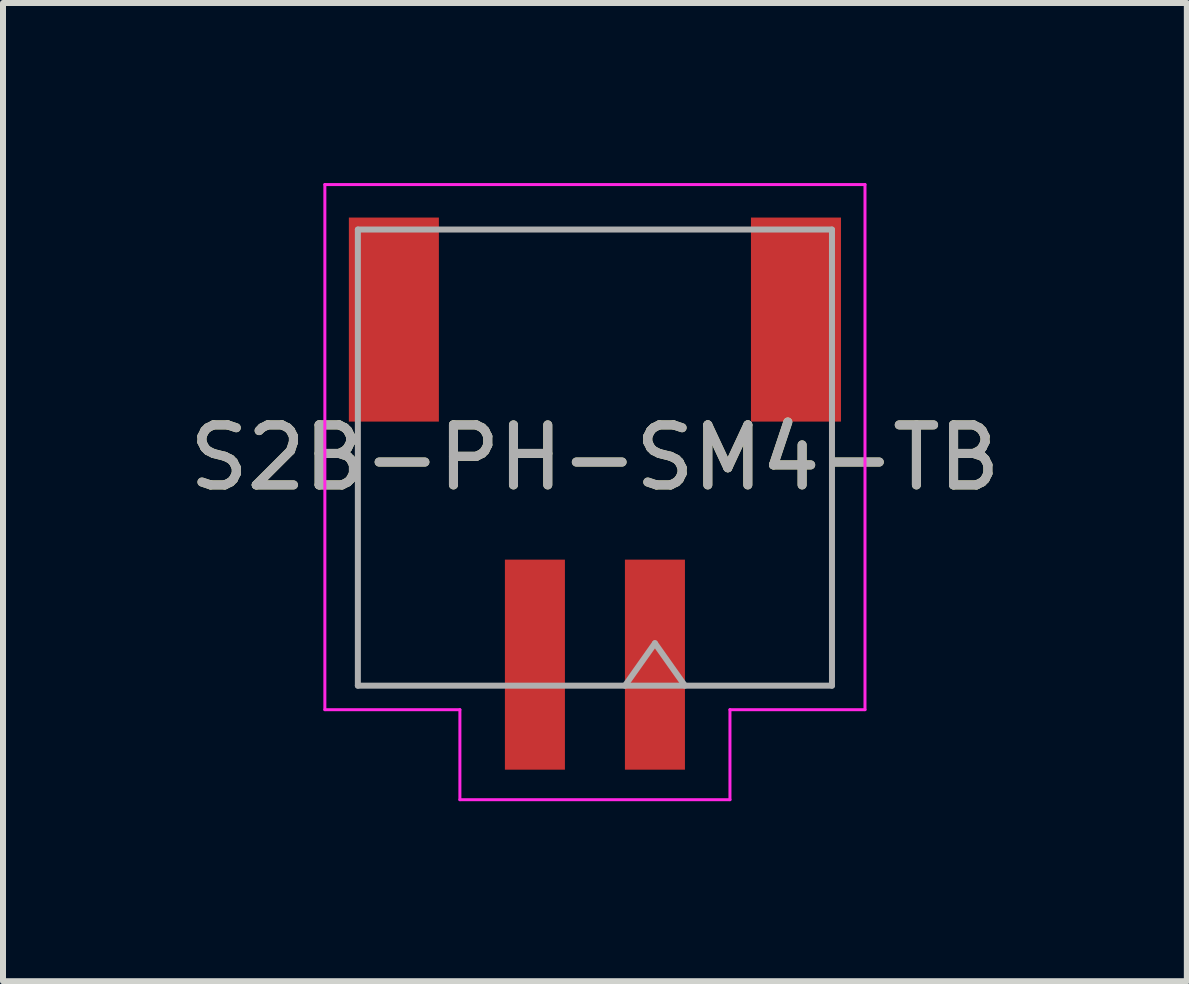
<source format=kicad_pcb>
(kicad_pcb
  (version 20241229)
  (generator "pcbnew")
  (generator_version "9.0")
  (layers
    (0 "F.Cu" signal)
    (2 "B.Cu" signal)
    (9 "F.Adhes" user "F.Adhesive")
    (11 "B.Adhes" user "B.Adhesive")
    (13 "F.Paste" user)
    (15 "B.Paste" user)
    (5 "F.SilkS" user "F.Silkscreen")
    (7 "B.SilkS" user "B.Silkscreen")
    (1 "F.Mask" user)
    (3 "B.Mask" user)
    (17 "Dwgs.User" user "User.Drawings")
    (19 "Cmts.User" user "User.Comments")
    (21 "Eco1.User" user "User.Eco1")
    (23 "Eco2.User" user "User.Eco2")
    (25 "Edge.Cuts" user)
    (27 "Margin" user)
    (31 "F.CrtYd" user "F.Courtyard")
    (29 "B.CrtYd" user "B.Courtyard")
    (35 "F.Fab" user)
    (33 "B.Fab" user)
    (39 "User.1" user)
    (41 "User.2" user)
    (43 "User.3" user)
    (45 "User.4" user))
  (footprint "S2B-PH-SM4-TB"
    (layer "F.Cu")
    (at 6.863 4.575)
    (property "Reference" "S2B-PH-SM4-TB" (at 0 0 0) (layer "F.SilkS") (effects (font (size 1 1) (thickness 0.15))))
    (attr smd)
    (fp_line (start -4.5 -4.55) (end 4.5 -4.55) (stroke (width 0.05) (type solid)) (layer "F.CrtYd"))
    (fp_line (start -4.5 4.2) (end -4.5 -4.55) (stroke (width 0.05) (type solid)) (layer "F.CrtYd"))
    (fp_line (start -2.25 4.2) (end -4.5 4.2) (stroke (width 0.05) (type solid)) (layer "F.CrtYd"))
    (fp_line (start -2.25 5.7) (end -2.25 4.2) (stroke (width 0.05) (type solid)) (layer "F.CrtYd"))
    (fp_line (start 2.25 4.2) (end 2.25 5.7) (stroke (width 0.05) (type solid)) (layer "F.CrtYd"))
    (fp_line (start 2.25 5.7) (end -2.25 5.7) (stroke (width 0.05) (type solid)) (layer "F.CrtYd"))
    (fp_line (start 4.5 -4.55) (end 4.5 4.2) (stroke (width 0.05) (type solid)) (layer "F.CrtYd"))
    (fp_line (start 4.5 4.2) (end 2.25 4.2) (stroke (width 0.05) (type solid)) (layer "F.CrtYd"))
    (fp_line (start -3.95 -3.8) (end -3.95 3.8) (stroke (width 0.1) (type solid)) (layer "F.Fab"))
    (fp_line (start -3.95 3.8) (end 3.95 3.8) (stroke (width 0.1) (type solid)) (layer "F.Fab"))
    (fp_line (start 1 3.093) (end 0.5 3.8) (stroke (width 0.1) (type solid)) (layer "F.Fab"))
    (fp_line (start 1.5 3.8) (end 1 3.093) (stroke (width 0.1) (type solid)) (layer "F.Fab"))
    (fp_line (start 3.95 -3.8) (end -3.95 -3.8) (stroke (width 0.1) (type solid)) (layer "F.Fab"))
    (fp_line (start 3.95 3.8) (end 3.95 -3.8) (stroke (width 0.1) (type solid)) (layer "F.Fab"))
    (fp_text user "${REFERENCE}" (at 0 0 0) (layer "F.Fab") (effects (font (size 1 1) (thickness 0.15))))
    (pad "1" smd rect (at 1 3.45) (size 1 3.5) (layers "F.Cu" "F.Mask" "F.Paste"))
    (pad "2" smd rect (at -1 3.45) (size 1 3.5) (layers "F.Cu" "F.Mask" "F.Paste"))
    (pad "P1" smd rect (at 3.35 -2.3) (size 1.5 3.4) (layers "F.Cu" "F.Mask" "F.Paste"))
    (pad "P2" smd rect (at -3.35 -2.3) (size 1.5 3.4) (layers "F.Cu" "F.Mask" "F.Paste")))
  (gr_rect
    (start -3 -3)
    (end 16.726 13.3)
    (stroke (width 0.1) (type default))
    (fill no)
    (layer "Edge.Cuts")))
</source>
